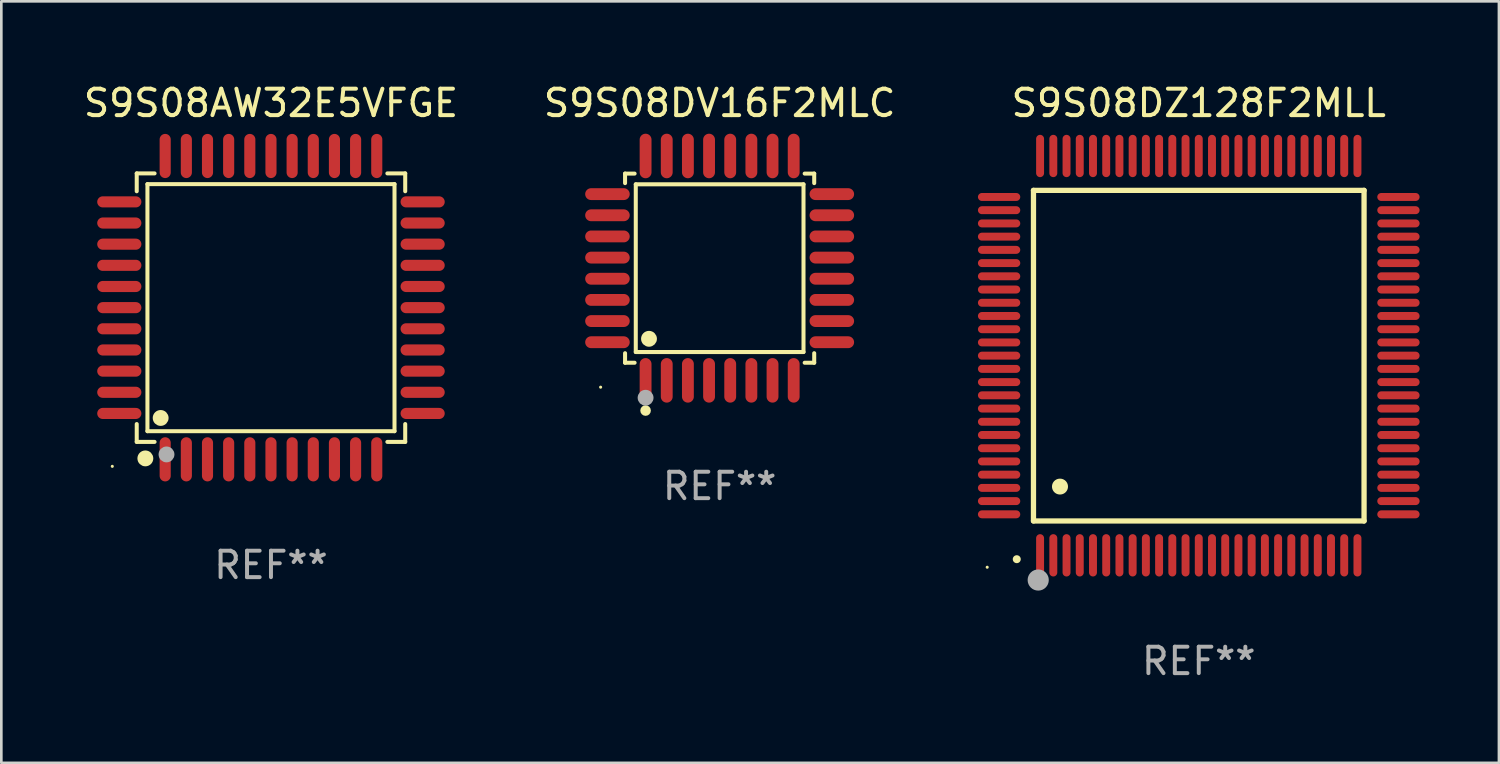
<source format=kicad_pcb>
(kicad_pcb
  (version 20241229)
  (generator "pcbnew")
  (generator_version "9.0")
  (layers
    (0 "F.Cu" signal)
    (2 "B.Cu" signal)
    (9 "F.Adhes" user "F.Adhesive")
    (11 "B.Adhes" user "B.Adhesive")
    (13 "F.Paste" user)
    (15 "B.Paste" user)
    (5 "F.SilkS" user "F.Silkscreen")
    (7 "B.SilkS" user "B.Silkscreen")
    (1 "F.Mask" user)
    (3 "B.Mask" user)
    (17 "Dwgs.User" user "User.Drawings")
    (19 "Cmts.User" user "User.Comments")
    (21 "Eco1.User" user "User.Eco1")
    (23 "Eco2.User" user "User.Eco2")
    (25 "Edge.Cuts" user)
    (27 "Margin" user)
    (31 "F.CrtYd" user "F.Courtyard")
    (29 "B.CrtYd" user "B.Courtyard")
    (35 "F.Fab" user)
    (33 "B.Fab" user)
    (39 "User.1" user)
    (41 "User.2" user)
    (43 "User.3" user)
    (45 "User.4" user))
  (footprint "S9S08DV16F2MLC"
    (layer "F.Cu")
    (at 24.161 7.09)
    (property "Reference" "S9S08DV16F2MLC" (at 0 -6.242 0) (layer "F.SilkS") (effects (font (size 1 1) (thickness 0.15))))
    (attr through_hole)
    (fp_line (start -3.576 -3.576) (end -3.215 -3.576) (stroke (width 0.152) (type solid)) (layer "F.SilkS"))
    (fp_line (start -3.576 -3.215) (end -3.576 -3.576) (stroke (width 0.152) (type solid)) (layer "F.SilkS"))
    (fp_line (start -3.576 3.215) (end -3.576 3.576) (stroke (width 0.152) (type solid)) (layer "F.SilkS"))
    (fp_line (start -3.576 3.576) (end -3.215 3.576) (stroke (width 0.152) (type solid)) (layer "F.SilkS"))
    (fp_line (start -3.171 -3.171) (end 3.171 -3.171) (stroke (width 0.152) (type solid)) (layer "F.SilkS"))
    (fp_line (start -3.171 3.171) (end -3.171 -3.171) (stroke (width 0.152) (type solid)) (layer "F.SilkS"))
    (fp_line (start 3.171 -3.171) (end 3.171 3.171) (stroke (width 0.152) (type solid)) (layer "F.SilkS"))
    (fp_line (start 3.171 3.171) (end -3.171 3.171) (stroke (width 0.152) (type solid)) (layer "F.SilkS"))
    (fp_line (start 3.576 -3.576) (end 3.215 -3.576) (stroke (width 0.152) (type solid)) (layer "F.SilkS"))
    (fp_line (start 3.576 -3.215) (end 3.576 -3.576) (stroke (width 0.152) (type solid)) (layer "F.SilkS"))
    (fp_line (start 3.576 3.215) (end 3.576 3.576) (stroke (width 0.152) (type solid)) (layer "F.SilkS"))
    (fp_line (start 3.576 3.576) (end 3.215 3.576) (stroke (width 0.152) (type solid)) (layer "F.SilkS"))
    (fp_circle (center -4.5 4.5) (end -4.47 4.5) (stroke (width 0.06) (type solid)) (fill no) (layer "F.SilkS"))
    (fp_circle (center -2.8 5.384) (end -2.7 5.384) (stroke (width 0.2) (type solid)) (fill no) (layer "F.SilkS"))
    (fp_circle (center -2.671 2.671) (end -2.521 2.671) (stroke (width 0.3) (type solid)) (fill no) (layer "F.SilkS"))
    (fp_circle (center -2.8 4.9) (end -2.65 4.9) (stroke (width 0.3) (type solid)) (fill no) (layer "F.Fab"))
    (fp_text user "REF**" (at 0 8.242 0) (layer "F.Fab") (effects (font (size 1 1) (thickness 0.15))))
    (pad "1" smd oval (at -2.8 4.242) (size 0.448 1.684) (layers "F.Cu" "F.Mask" "F.Paste"))
    (pad "2" smd oval (at -2 4.242) (size 0.448 1.684) (layers "F.Cu" "F.Mask" "F.Paste"))
    (pad "3" smd oval (at -1.2 4.242) (size 0.448 1.684) (layers "F.Cu" "F.Mask" "F.Paste"))
    (pad "4" smd oval (at -0.4 4.242) (size 0.448 1.684) (layers "F.Cu" "F.Mask" "F.Paste"))
    (pad "5" smd oval (at 0.4 4.242) (size 0.448 1.684) (layers "F.Cu" "F.Mask" "F.Paste"))
    (pad "6" smd oval (at 1.2 4.242) (size 0.448 1.684) (layers "F.Cu" "F.Mask" "F.Paste"))
    (pad "7" smd oval (at 2 4.242) (size 0.448 1.684) (layers "F.Cu" "F.Mask" "F.Paste"))
    (pad "8" smd oval (at 2.8 4.242) (size 0.448 1.684) (layers "F.Cu" "F.Mask" "F.Paste"))
    (pad "9" smd oval (at 4.242 2.8) (size 1.684 0.448) (layers "F.Cu" "F.Mask" "F.Paste"))
    (pad "10" smd oval (at 4.242 2) (size 1.684 0.448) (layers "F.Cu" "F.Mask" "F.Paste"))
    (pad "11" smd oval (at 4.242 1.2) (size 1.684 0.448) (layers "F.Cu" "F.Mask" "F.Paste"))
    (pad "12" smd oval (at 4.242 0.4) (size 1.684 0.448) (layers "F.Cu" "F.Mask" "F.Paste"))
    (pad "13" smd oval (at 4.242 -0.4) (size 1.684 0.448) (layers "F.Cu" "F.Mask" "F.Paste"))
    (pad "14" smd oval (at 4.242 -1.2) (size 1.684 0.448) (layers "F.Cu" "F.Mask" "F.Paste"))
    (pad "15" smd oval (at 4.242 -2) (size 1.684 0.448) (layers "F.Cu" "F.Mask" "F.Paste"))
    (pad "16" smd oval (at 4.242 -2.8) (size 1.684 0.448) (layers "F.Cu" "F.Mask" "F.Paste"))
    (pad "17" smd oval (at 2.8 -4.242) (size 0.448 1.684) (layers "F.Cu" "F.Mask" "F.Paste"))
    (pad "18" smd oval (at 2 -4.242) (size 0.448 1.684) (layers "F.Cu" "F.Mask" "F.Paste"))
    (pad "19" smd oval (at 1.2 -4.242) (size 0.448 1.684) (layers "F.Cu" "F.Mask" "F.Paste"))
    (pad "20" smd oval (at 0.4 -4.242) (size 0.448 1.684) (layers "F.Cu" "F.Mask" "F.Paste"))
    (pad "21" smd oval (at -0.4 -4.242) (size 0.448 1.684) (layers "F.Cu" "F.Mask" "F.Paste"))
    (pad "22" smd oval (at -1.2 -4.242) (size 0.448 1.684) (layers "F.Cu" "F.Mask" "F.Paste"))
    (pad "23" smd oval (at -2 -4.242) (size 0.448 1.684) (layers "F.Cu" "F.Mask" "F.Paste"))
    (pad "24" smd oval (at -2.8 -4.242) (size 0.448 1.684) (layers "F.Cu" "F.Mask" "F.Paste"))
    (pad "25" smd oval (at -4.242 -2.8) (size 1.684 0.448) (layers "F.Cu" "F.Mask" "F.Paste"))
    (pad "26" smd oval (at -4.242 -2) (size 1.684 0.448) (layers "F.Cu" "F.Mask" "F.Paste"))
    (pad "27" smd oval (at -4.242 -1.2) (size 1.684 0.448) (layers "F.Cu" "F.Mask" "F.Paste"))
    (pad "28" smd oval (at -4.242 -0.4) (size 1.684 0.448) (layers "F.Cu" "F.Mask" "F.Paste"))
    (pad "29" smd oval (at -4.242 0.4) (size 1.684 0.448) (layers "F.Cu" "F.Mask" "F.Paste"))
    (pad "30" smd oval (at -4.242 1.2) (size 1.684 0.448) (layers "F.Cu" "F.Mask" "F.Paste"))
    (pad "31" smd oval (at -4.242 2) (size 1.684 0.448) (layers "F.Cu" "F.Mask" "F.Paste"))
    (pad "32" smd oval (at -4.242 2.8) (size 1.684 0.448) (layers "F.Cu" "F.Mask" "F.Paste")))
  (footprint "S9S08DZ128F2MLL"
    (layer "F.Cu")
    (at 42.278 10.398)
    (property "Reference" "S9S08DZ128F2MLL" (at 0 -9.55 0) (layer "F.SilkS") (effects (font (size 1 1) (thickness 0.15))))
    (attr through_hole)
    (fp_line (start -6.25 -6.25) (end -6.25 6.25) (stroke (width 0.2) (type solid)) (layer "F.SilkS"))
    (fp_line (start -6.25 6.25) (end 6.25 6.25) (stroke (width 0.2) (type solid)) (layer "F.SilkS"))
    (fp_line (start 6.25 -6.25) (end -6.25 -6.25) (stroke (width 0.2) (type solid)) (layer "F.SilkS"))
    (fp_line (start 6.25 6.25) (end 6.25 -6.25) (stroke (width 0.2) (type solid)) (layer "F.SilkS"))
    (fp_arc (start -6.883414 7.696215) (mid -6.882144 7.69621) (end -6.880874 7.696215) (stroke (width 0.3) (type solid)) (layer "F.SilkS"))
    (fp_arc (start -5.250191 4.95047) (mid -5.247651 4.950459) (end -5.245111 4.95047) (stroke (width 0.6) (type solid)) (layer "F.SilkS"))
    (fp_circle (center -8 8) (end -7.97 8) (stroke (width 0.06) (type solid)) (fill no) (layer "F.SilkS"))
    (fp_circle (center -6.071 8.484) (end -5.871 8.484) (stroke (width 0.4) (type solid)) (fill no) (layer "F.Fab"))
    (fp_text user "REF**" (at 0 11.55 0) (layer "F.Fab") (effects (font (size 1 1) (thickness 0.15))))
    (pad "1" smd oval (at -6 7.55) (size 0.3 1.6) (layers "F.Cu" "F.Mask" "F.Paste"))
    (pad "2" smd oval (at -5.5 7.55) (size 0.3 1.6) (layers "F.Cu" "F.Mask" "F.Paste"))
    (pad "3" smd oval (at -5 7.55) (size 0.3 1.6) (layers "F.Cu" "F.Mask" "F.Paste"))
    (pad "4" smd oval (at -4.5 7.55) (size 0.3 1.6) (layers "F.Cu" "F.Mask" "F.Paste"))
    (pad "5" smd oval (at -4 7.55) (size 0.3 1.6) (layers "F.Cu" "F.Mask" "F.Paste"))
    (pad "6" smd oval (at -3.5 7.55) (size 0.3 1.6) (layers "F.Cu" "F.Mask" "F.Paste"))
    (pad "7" smd oval (at -3 7.55) (size 0.3 1.6) (layers "F.Cu" "F.Mask" "F.Paste"))
    (pad "8" smd oval (at -2.5 7.55) (size 0.3 1.6) (layers "F.Cu" "F.Mask" "F.Paste"))
    (pad "9" smd oval (at -2 7.55) (size 0.3 1.6) (layers "F.Cu" "F.Mask" "F.Paste"))
    (pad "10" smd oval (at -1.5 7.55) (size 0.3 1.6) (layers "F.Cu" "F.Mask" "F.Paste"))
    (pad "11" smd oval (at -1 7.55) (size 0.3 1.6) (layers "F.Cu" "F.Mask" "F.Paste"))
    (pad "12" smd oval (at -0.5 7.55) (size 0.3 1.6) (layers "F.Cu" "F.Mask" "F.Paste"))
    (pad "13" smd oval (at 0 7.55) (size 0.3 1.6) (layers "F.Cu" "F.Mask" "F.Paste"))
    (pad "14" smd oval (at 0.5 7.55) (size 0.3 1.6) (layers "F.Cu" "F.Mask" "F.Paste"))
    (pad "15" smd oval (at 1 7.55) (size 0.3 1.6) (layers "F.Cu" "F.Mask" "F.Paste"))
    (pad "16" smd oval (at 1.5 7.55) (size 0.3 1.6) (layers "F.Cu" "F.Mask" "F.Paste"))
    (pad "17" smd oval (at 2 7.55) (size 0.3 1.6) (layers "F.Cu" "F.Mask" "F.Paste"))
    (pad "18" smd oval (at 2.5 7.55) (size 0.3 1.6) (layers "F.Cu" "F.Mask" "F.Paste"))
    (pad "19" smd oval (at 3 7.55) (size 0.3 1.6) (layers "F.Cu" "F.Mask" "F.Paste"))
    (pad "20" smd oval (at 3.5 7.55) (size 0.3 1.6) (layers "F.Cu" "F.Mask" "F.Paste"))
    (pad "21" smd oval (at 4 7.55) (size 0.3 1.6) (layers "F.Cu" "F.Mask" "F.Paste"))
    (pad "22" smd oval (at 4.5 7.55) (size 0.3 1.6) (layers "F.Cu" "F.Mask" "F.Paste"))
    (pad "23" smd oval (at 5 7.55) (size 0.3 1.6) (layers "F.Cu" "F.Mask" "F.Paste"))
    (pad "24" smd oval (at 5.5 7.55) (size 0.3 1.6) (layers "F.Cu" "F.Mask" "F.Paste"))
    (pad "25" smd oval (at 6 7.55) (size 0.3 1.6) (layers "F.Cu" "F.Mask" "F.Paste"))
    (pad "26" smd oval (at 7.55 6) (size 1.6 0.3) (layers "F.Cu" "F.Mask" "F.Paste"))
    (pad "27" smd oval (at 7.55 5.5) (size 1.6 0.3) (layers "F.Cu" "F.Mask" "F.Paste"))
    (pad "28" smd oval (at 7.55 5) (size 1.6 0.3) (layers "F.Cu" "F.Mask" "F.Paste"))
    (pad "29" smd oval (at 7.55 4.5) (size 1.6 0.3) (layers "F.Cu" "F.Mask" "F.Paste"))
    (pad "30" smd oval (at 7.55 4) (size 1.6 0.3) (layers "F.Cu" "F.Mask" "F.Paste"))
    (pad "31" smd oval (at 7.55 3.5) (size 1.6 0.3) (layers "F.Cu" "F.Mask" "F.Paste"))
    (pad "32" smd oval (at 7.55 3) (size 1.6 0.3) (layers "F.Cu" "F.Mask" "F.Paste"))
    (pad "33" smd oval (at 7.55 2.5) (size 1.6 0.3) (layers "F.Cu" "F.Mask" "F.Paste"))
    (pad "34" smd oval (at 7.55 2) (size 1.6 0.3) (layers "F.Cu" "F.Mask" "F.Paste"))
    (pad "35" smd oval (at 7.55 1.5) (size 1.6 0.3) (layers "F.Cu" "F.Mask" "F.Paste"))
    (pad "36" smd oval (at 7.55 1) (size 1.6 0.3) (layers "F.Cu" "F.Mask" "F.Paste"))
    (pad "37" smd oval (at 7.55 0.5) (size 1.6 0.3) (layers "F.Cu" "F.Mask" "F.Paste"))
    (pad "38" smd oval (at 7.55 0) (size 1.6 0.3) (layers "F.Cu" "F.Mask" "F.Paste"))
    (pad "39" smd oval (at 7.55 -0.5) (size 1.6 0.3) (layers "F.Cu" "F.Mask" "F.Paste"))
    (pad "40" smd oval (at 7.55 -1) (size 1.6 0.3) (layers "F.Cu" "F.Mask" "F.Paste"))
    (pad "41" smd oval (at 7.55 -1.5) (size 1.6 0.3) (layers "F.Cu" "F.Mask" "F.Paste"))
    (pad "42" smd oval (at 7.55 -2) (size 1.6 0.3) (layers "F.Cu" "F.Mask" "F.Paste"))
    (pad "43" smd oval (at 7.55 -2.5) (size 1.6 0.3) (layers "F.Cu" "F.Mask" "F.Paste"))
    (pad "44" smd oval (at 7.55 -3) (size 1.6 0.3) (layers "F.Cu" "F.Mask" "F.Paste"))
    (pad "45" smd oval (at 7.55 -3.5) (size 1.6 0.3) (layers "F.Cu" "F.Mask" "F.Paste"))
    (pad "46" smd oval (at 7.55 -4) (size 1.6 0.3) (layers "F.Cu" "F.Mask" "F.Paste"))
    (pad "47" smd oval (at 7.55 -4.5) (size 1.6 0.3) (layers "F.Cu" "F.Mask" "F.Paste"))
    (pad "48" smd oval (at 7.55 -5) (size 1.6 0.3) (layers "F.Cu" "F.Mask" "F.Paste"))
    (pad "49" smd oval (at 7.55 -5.5) (size 1.6 0.3) (layers "F.Cu" "F.Mask" "F.Paste"))
    (pad "50" smd oval (at 7.55 -6) (size 1.6 0.3) (layers "F.Cu" "F.Mask" "F.Paste"))
    (pad "51" smd oval (at 6 -7.55) (size 0.3 1.6) (layers "F.Cu" "F.Mask" "F.Paste"))
    (pad "52" smd oval (at 5.5 -7.55) (size 0.3 1.6) (layers "F.Cu" "F.Mask" "F.Paste"))
    (pad "53" smd oval (at 5 -7.55) (size 0.3 1.6) (layers "F.Cu" "F.Mask" "F.Paste"))
    (pad "54" smd oval (at 4.5 -7.55) (size 0.3 1.6) (layers "F.Cu" "F.Mask" "F.Paste"))
    (pad "55" smd oval (at 4 -7.55) (size 0.3 1.6) (layers "F.Cu" "F.Mask" "F.Paste"))
    (pad "56" smd oval (at 3.5 -7.55) (size 0.3 1.6) (layers "F.Cu" "F.Mask" "F.Paste"))
    (pad "57" smd oval (at 3 -7.55) (size 0.3 1.6) (layers "F.Cu" "F.Mask" "F.Paste"))
    (pad "58" smd oval (at 2.5 -7.55) (size 0.3 1.6) (layers "F.Cu" "F.Mask" "F.Paste"))
    (pad "59" smd oval (at 2 -7.55) (size 0.3 1.6) (layers "F.Cu" "F.Mask" "F.Paste"))
    (pad "60" smd oval (at 1.5 -7.55) (size 0.3 1.6) (layers "F.Cu" "F.Mask" "F.Paste"))
    (pad "61" smd oval (at 1 -7.55) (size 0.3 1.6) (layers "F.Cu" "F.Mask" "F.Paste"))
    (pad "62" smd oval (at 0.5 -7.55) (size 0.3 1.6) (layers "F.Cu" "F.Mask" "F.Paste"))
    (pad "63" smd oval (at 0 -7.55) (size 0.3 1.6) (layers "F.Cu" "F.Mask" "F.Paste"))
    (pad "64" smd oval (at -0.5 -7.55) (size 0.3 1.6) (layers "F.Cu" "F.Mask" "F.Paste"))
    (pad "65" smd oval (at -1 -7.55) (size 0.3 1.6) (layers "F.Cu" "F.Mask" "F.Paste"))
    (pad "66" smd oval (at -1.5 -7.55) (size 0.3 1.6) (layers "F.Cu" "F.Mask" "F.Paste"))
    (pad "67" smd oval (at -2 -7.55) (size 0.3 1.6) (layers "F.Cu" "F.Mask" "F.Paste"))
    (pad "68" smd oval (at -2.5 -7.55) (size 0.3 1.6) (layers "F.Cu" "F.Mask" "F.Paste"))
    (pad "69" smd oval (at -3 -7.55) (size 0.3 1.6) (layers "F.Cu" "F.Mask" "F.Paste"))
    (pad "70" smd oval (at -3.5 -7.55) (size 0.3 1.6) (layers "F.Cu" "F.Mask" "F.Paste"))
    (pad "71" smd oval (at -4 -7.55) (size 0.3 1.6) (layers "F.Cu" "F.Mask" "F.Paste"))
    (pad "72" smd oval (at -4.5 -7.55) (size 0.3 1.6) (layers "F.Cu" "F.Mask" "F.Paste"))
    (pad "73" smd oval (at -5 -7.55) (size 0.3 1.6) (layers "F.Cu" "F.Mask" "F.Paste"))
    (pad "74" smd oval (at -5.5 -7.55) (size 0.3 1.6) (layers "F.Cu" "F.Mask" "F.Paste"))
    (pad "75" smd oval (at -6 -7.55) (size 0.3 1.6) (layers "F.Cu" "F.Mask" "F.Paste"))
    (pad "76" smd oval (at -7.55 -6) (size 1.6 0.3) (layers "F.Cu" "F.Mask" "F.Paste"))
    (pad "77" smd oval (at -7.55 -5.5) (size 1.6 0.3) (layers "F.Cu" "F.Mask" "F.Paste"))
    (pad "78" smd oval (at -7.55 -5) (size 1.6 0.3) (layers "F.Cu" "F.Mask" "F.Paste"))
    (pad "79" smd oval (at -7.55 -4.5) (size 1.6 0.3) (layers "F.Cu" "F.Mask" "F.Paste"))
    (pad "80" smd oval (at -7.55 -4) (size 1.6 0.3) (layers "F.Cu" "F.Mask" "F.Paste"))
    (pad "81" smd oval (at -7.55 -3.5) (size 1.6 0.3) (layers "F.Cu" "F.Mask" "F.Paste"))
    (pad "82" smd oval (at -7.55 -3) (size 1.6 0.3) (layers "F.Cu" "F.Mask" "F.Paste"))
    (pad "83" smd oval (at -7.55 -2.5) (size 1.6 0.3) (layers "F.Cu" "F.Mask" "F.Paste"))
    (pad "84" smd oval (at -7.55 -2) (size 1.6 0.3) (layers "F.Cu" "F.Mask" "F.Paste"))
    (pad "85" smd oval (at -7.55 -1.5) (size 1.6 0.3) (layers "F.Cu" "F.Mask" "F.Paste"))
    (pad "86" smd oval (at -7.55 -1) (size 1.6 0.3) (layers "F.Cu" "F.Mask" "F.Paste"))
    (pad "87" smd oval (at -7.55 -0.5) (size 1.6 0.3) (layers "F.Cu" "F.Mask" "F.Paste"))
    (pad "88" smd oval (at -7.55 0) (size 1.6 0.3) (layers "F.Cu" "F.Mask" "F.Paste"))
    (pad "89" smd oval (at -7.55 0.5) (size 1.6 0.3) (layers "F.Cu" "F.Mask" "F.Paste"))
    (pad "90" smd oval (at -7.55 1) (size 1.6 0.3) (layers "F.Cu" "F.Mask" "F.Paste"))
    (pad "91" smd oval (at -7.55 1.5) (size 1.6 0.3) (layers "F.Cu" "F.Mask" "F.Paste"))
    (pad "92" smd oval (at -7.55 2) (size 1.6 0.3) (layers "F.Cu" "F.Mask" "F.Paste"))
    (pad "93" smd oval (at -7.55 2.5) (size 1.6 0.3) (layers "F.Cu" "F.Mask" "F.Paste"))
    (pad "94" smd oval (at -7.55 3) (size 1.6 0.3) (layers "F.Cu" "F.Mask" "F.Paste"))
    (pad "95" smd oval (at -7.55 3.5) (size 1.6 0.3) (layers "F.Cu" "F.Mask" "F.Paste"))
    (pad "96" smd oval (at -7.55 4) (size 1.6 0.3) (layers "F.Cu" "F.Mask" "F.Paste"))
    (pad "97" smd oval (at -7.55 4.5) (size 1.6 0.3) (layers "F.Cu" "F.Mask" "F.Paste"))
    (pad "98" smd oval (at -7.55 5) (size 1.6 0.3) (layers "F.Cu" "F.Mask" "F.Paste"))
    (pad "99" smd oval (at -7.55 5.5) (size 1.6 0.3) (layers "F.Cu" "F.Mask" "F.Paste"))
    (pad "100" smd oval (at -7.55 6) (size 1.6 0.3) (layers "F.Cu" "F.Mask" "F.Paste")))
  (footprint "S9S08AW32E5VFGE"
    (layer "F.Cu")
    (at 7.196 8.583)
    (property "Reference" "S9S08AW32E5VFGE" (at 0 -7.735 0) (layer "F.SilkS") (effects (font (size 1 1) (thickness 0.15))))
    (attr through_hole)
    (fp_line (start -5.076 -5.076) (end -4.401 -5.076) (stroke (width 0.152) (type solid)) (layer "F.SilkS"))
    (fp_line (start -5.076 -4.401) (end -5.076 -5.076) (stroke (width 0.152) (type solid)) (layer "F.SilkS"))
    (fp_line (start -5.076 4.401) (end -5.076 5.076) (stroke (width 0.152) (type solid)) (layer "F.SilkS"))
    (fp_line (start -5.076 5.076) (end -4.401 5.076) (stroke (width 0.152) (type solid)) (layer "F.SilkS"))
    (fp_line (start -4.671 -4.671) (end 4.671 -4.671) (stroke (width 0.152) (type solid)) (layer "F.SilkS"))
    (fp_line (start -4.671 4.671) (end -4.671 -4.671) (stroke (width 0.152) (type solid)) (layer "F.SilkS"))
    (fp_line (start 4.671 -4.671) (end 4.671 4.671) (stroke (width 0.152) (type solid)) (layer "F.SilkS"))
    (fp_line (start 4.671 4.671) (end -4.671 4.671) (stroke (width 0.152) (type solid)) (layer "F.SilkS"))
    (fp_line (start 5.076 -5.076) (end 4.401 -5.076) (stroke (width 0.152) (type solid)) (layer "F.SilkS"))
    (fp_line (start 5.076 -4.401) (end 5.076 -5.076) (stroke (width 0.152) (type solid)) (layer "F.SilkS"))
    (fp_line (start 5.076 4.401) (end 5.076 5.076) (stroke (width 0.152) (type solid)) (layer "F.SilkS"))
    (fp_line (start 5.076 5.076) (end 4.401 5.076) (stroke (width 0.152) (type solid)) (layer "F.SilkS"))
    (fp_circle (center -6 6) (end -5.97 6) (stroke (width 0.06) (type solid)) (fill no) (layer "F.SilkS"))
    (fp_circle (center -4.75 5.7) (end -4.6 5.7) (stroke (width 0.3) (type solid)) (fill no) (layer "F.SilkS"))
    (fp_circle (center -4.171 4.171) (end -4.021 4.171) (stroke (width 0.3) (type solid)) (fill no) (layer "F.SilkS"))
    (fp_circle (center -3.95 5.55) (end -3.8 5.55) (stroke (width 0.3) (type solid)) (fill no) (layer "F.Fab"))
    (fp_text user "REF**" (at 0 9.735 0) (layer "F.Fab") (effects (font (size 1 1) (thickness 0.15))))
    (pad "1" smd oval (at -4 5.735) (size 0.42 1.67) (layers "F.Cu" "F.Mask" "F.Paste"))
    (pad "2" smd oval (at -3.2 5.735) (size 0.42 1.67) (layers "F.Cu" "F.Mask" "F.Paste"))
    (pad "3" smd oval (at -2.4 5.735) (size 0.42 1.67) (layers "F.Cu" "F.Mask" "F.Paste"))
    (pad "4" smd oval (at -1.6 5.735) (size 0.42 1.67) (layers "F.Cu" "F.Mask" "F.Paste"))
    (pad "5" smd oval (at -0.8 5.735) (size 0.42 1.67) (layers "F.Cu" "F.Mask" "F.Paste"))
    (pad "6" smd oval (at 0 5.735) (size 0.42 1.67) (layers "F.Cu" "F.Mask" "F.Paste"))
    (pad "7" smd oval (at 0.8 5.735) (size 0.42 1.67) (layers "F.Cu" "F.Mask" "F.Paste"))
    (pad "8" smd oval (at 1.6 5.735) (size 0.42 1.67) (layers "F.Cu" "F.Mask" "F.Paste"))
    (pad "9" smd oval (at 2.4 5.735) (size 0.42 1.67) (layers "F.Cu" "F.Mask" "F.Paste"))
    (pad "10" smd oval (at 3.2 5.735) (size 0.42 1.67) (layers "F.Cu" "F.Mask" "F.Paste"))
    (pad "11" smd oval (at 4 5.735) (size 0.42 1.67) (layers "F.Cu" "F.Mask" "F.Paste"))
    (pad "12" smd oval (at 5.735 4) (size 1.67 0.42) (layers "F.Cu" "F.Mask" "F.Paste"))
    (pad "13" smd oval (at 5.735 3.2) (size 1.67 0.42) (layers "F.Cu" "F.Mask" "F.Paste"))
    (pad "14" smd oval (at 5.735 2.4) (size 1.67 0.42) (layers "F.Cu" "F.Mask" "F.Paste"))
    (pad "15" smd oval (at 5.735 1.6) (size 1.67 0.42) (layers "F.Cu" "F.Mask" "F.Paste"))
    (pad "16" smd oval (at 5.735 0.8) (size 1.67 0.42) (layers "F.Cu" "F.Mask" "F.Paste"))
    (pad "17" smd oval (at 5.735 0) (size 1.67 0.42) (layers "F.Cu" "F.Mask" "F.Paste"))
    (pad "18" smd oval (at 5.735 -0.8) (size 1.67 0.42) (layers "F.Cu" "F.Mask" "F.Paste"))
    (pad "19" smd oval (at 5.735 -1.6) (size 1.67 0.42) (layers "F.Cu" "F.Mask" "F.Paste"))
    (pad "20" smd oval (at 5.735 -2.4) (size 1.67 0.42) (layers "F.Cu" "F.Mask" "F.Paste"))
    (pad "21" smd oval (at 5.735 -3.2) (size 1.67 0.42) (layers "F.Cu" "F.Mask" "F.Paste"))
    (pad "22" smd oval (at 5.735 -4) (size 1.67 0.42) (layers "F.Cu" "F.Mask" "F.Paste"))
    (pad "23" smd oval (at 4 -5.735) (size 0.42 1.67) (layers "F.Cu" "F.Mask" "F.Paste"))
    (pad "24" smd oval (at 3.2 -5.735) (size 0.42 1.67) (layers "F.Cu" "F.Mask" "F.Paste"))
    (pad "25" smd oval (at 2.4 -5.735) (size 0.42 1.67) (layers "F.Cu" "F.Mask" "F.Paste"))
    (pad "26" smd oval (at 1.6 -5.735) (size 0.42 1.67) (layers "F.Cu" "F.Mask" "F.Paste"))
    (pad "27" smd oval (at 0.8 -5.735) (size 0.42 1.67) (layers "F.Cu" "F.Mask" "F.Paste"))
    (pad "28" smd oval (at 0 -5.735) (size 0.42 1.67) (layers "F.Cu" "F.Mask" "F.Paste"))
    (pad "29" smd oval (at -0.8 -5.735) (size 0.42 1.67) (layers "F.Cu" "F.Mask" "F.Paste"))
    (pad "30" smd oval (at -1.6 -5.735) (size 0.42 1.67) (layers "F.Cu" "F.Mask" "F.Paste"))
    (pad "31" smd oval (at -2.4 -5.735) (size 0.42 1.67) (layers "F.Cu" "F.Mask" "F.Paste"))
    (pad "32" smd oval (at -3.2 -5.735) (size 0.42 1.67) (layers "F.Cu" "F.Mask" "F.Paste"))
    (pad "33" smd oval (at -4 -5.735) (size 0.42 1.67) (layers "F.Cu" "F.Mask" "F.Paste"))
    (pad "34" smd oval (at -5.735 -4) (size 1.67 0.42) (layers "F.Cu" "F.Mask" "F.Paste"))
    (pad "35" smd oval (at -5.735 -3.2) (size 1.67 0.42) (layers "F.Cu" "F.Mask" "F.Paste"))
    (pad "36" smd oval (at -5.735 -2.4) (size 1.67 0.42) (layers "F.Cu" "F.Mask" "F.Paste"))
    (pad "37" smd oval (at -5.735 -1.6) (size 1.67 0.42) (layers "F.Cu" "F.Mask" "F.Paste"))
    (pad "38" smd oval (at -5.735 -0.8) (size 1.67 0.42) (layers "F.Cu" "F.Mask" "F.Paste"))
    (pad "39" smd oval (at -5.735 0) (size 1.67 0.42) (layers "F.Cu" "F.Mask" "F.Paste"))
    (pad "40" smd oval (at -5.735 0.8) (size 1.67 0.42) (layers "F.Cu" "F.Mask" "F.Paste"))
    (pad "41" smd oval (at -5.735 1.6) (size 1.67 0.42) (layers "F.Cu" "F.Mask" "F.Paste"))
    (pad "42" smd oval (at -5.735 2.4) (size 1.67 0.42) (layers "F.Cu" "F.Mask" "F.Paste"))
    (pad "43" smd oval (at -5.735 3.2) (size 1.67 0.42) (layers "F.Cu" "F.Mask" "F.Paste"))
    (pad "44" smd oval (at -5.735 4) (size 1.67 0.42) (layers "F.Cu" "F.Mask" "F.Paste")))
  (gr_rect
    (start -3 -3)
    (end 53.628 25.796)
    (stroke (width 0.1) (type default))
    (fill no)
    (layer "Edge.Cuts")))
</source>
